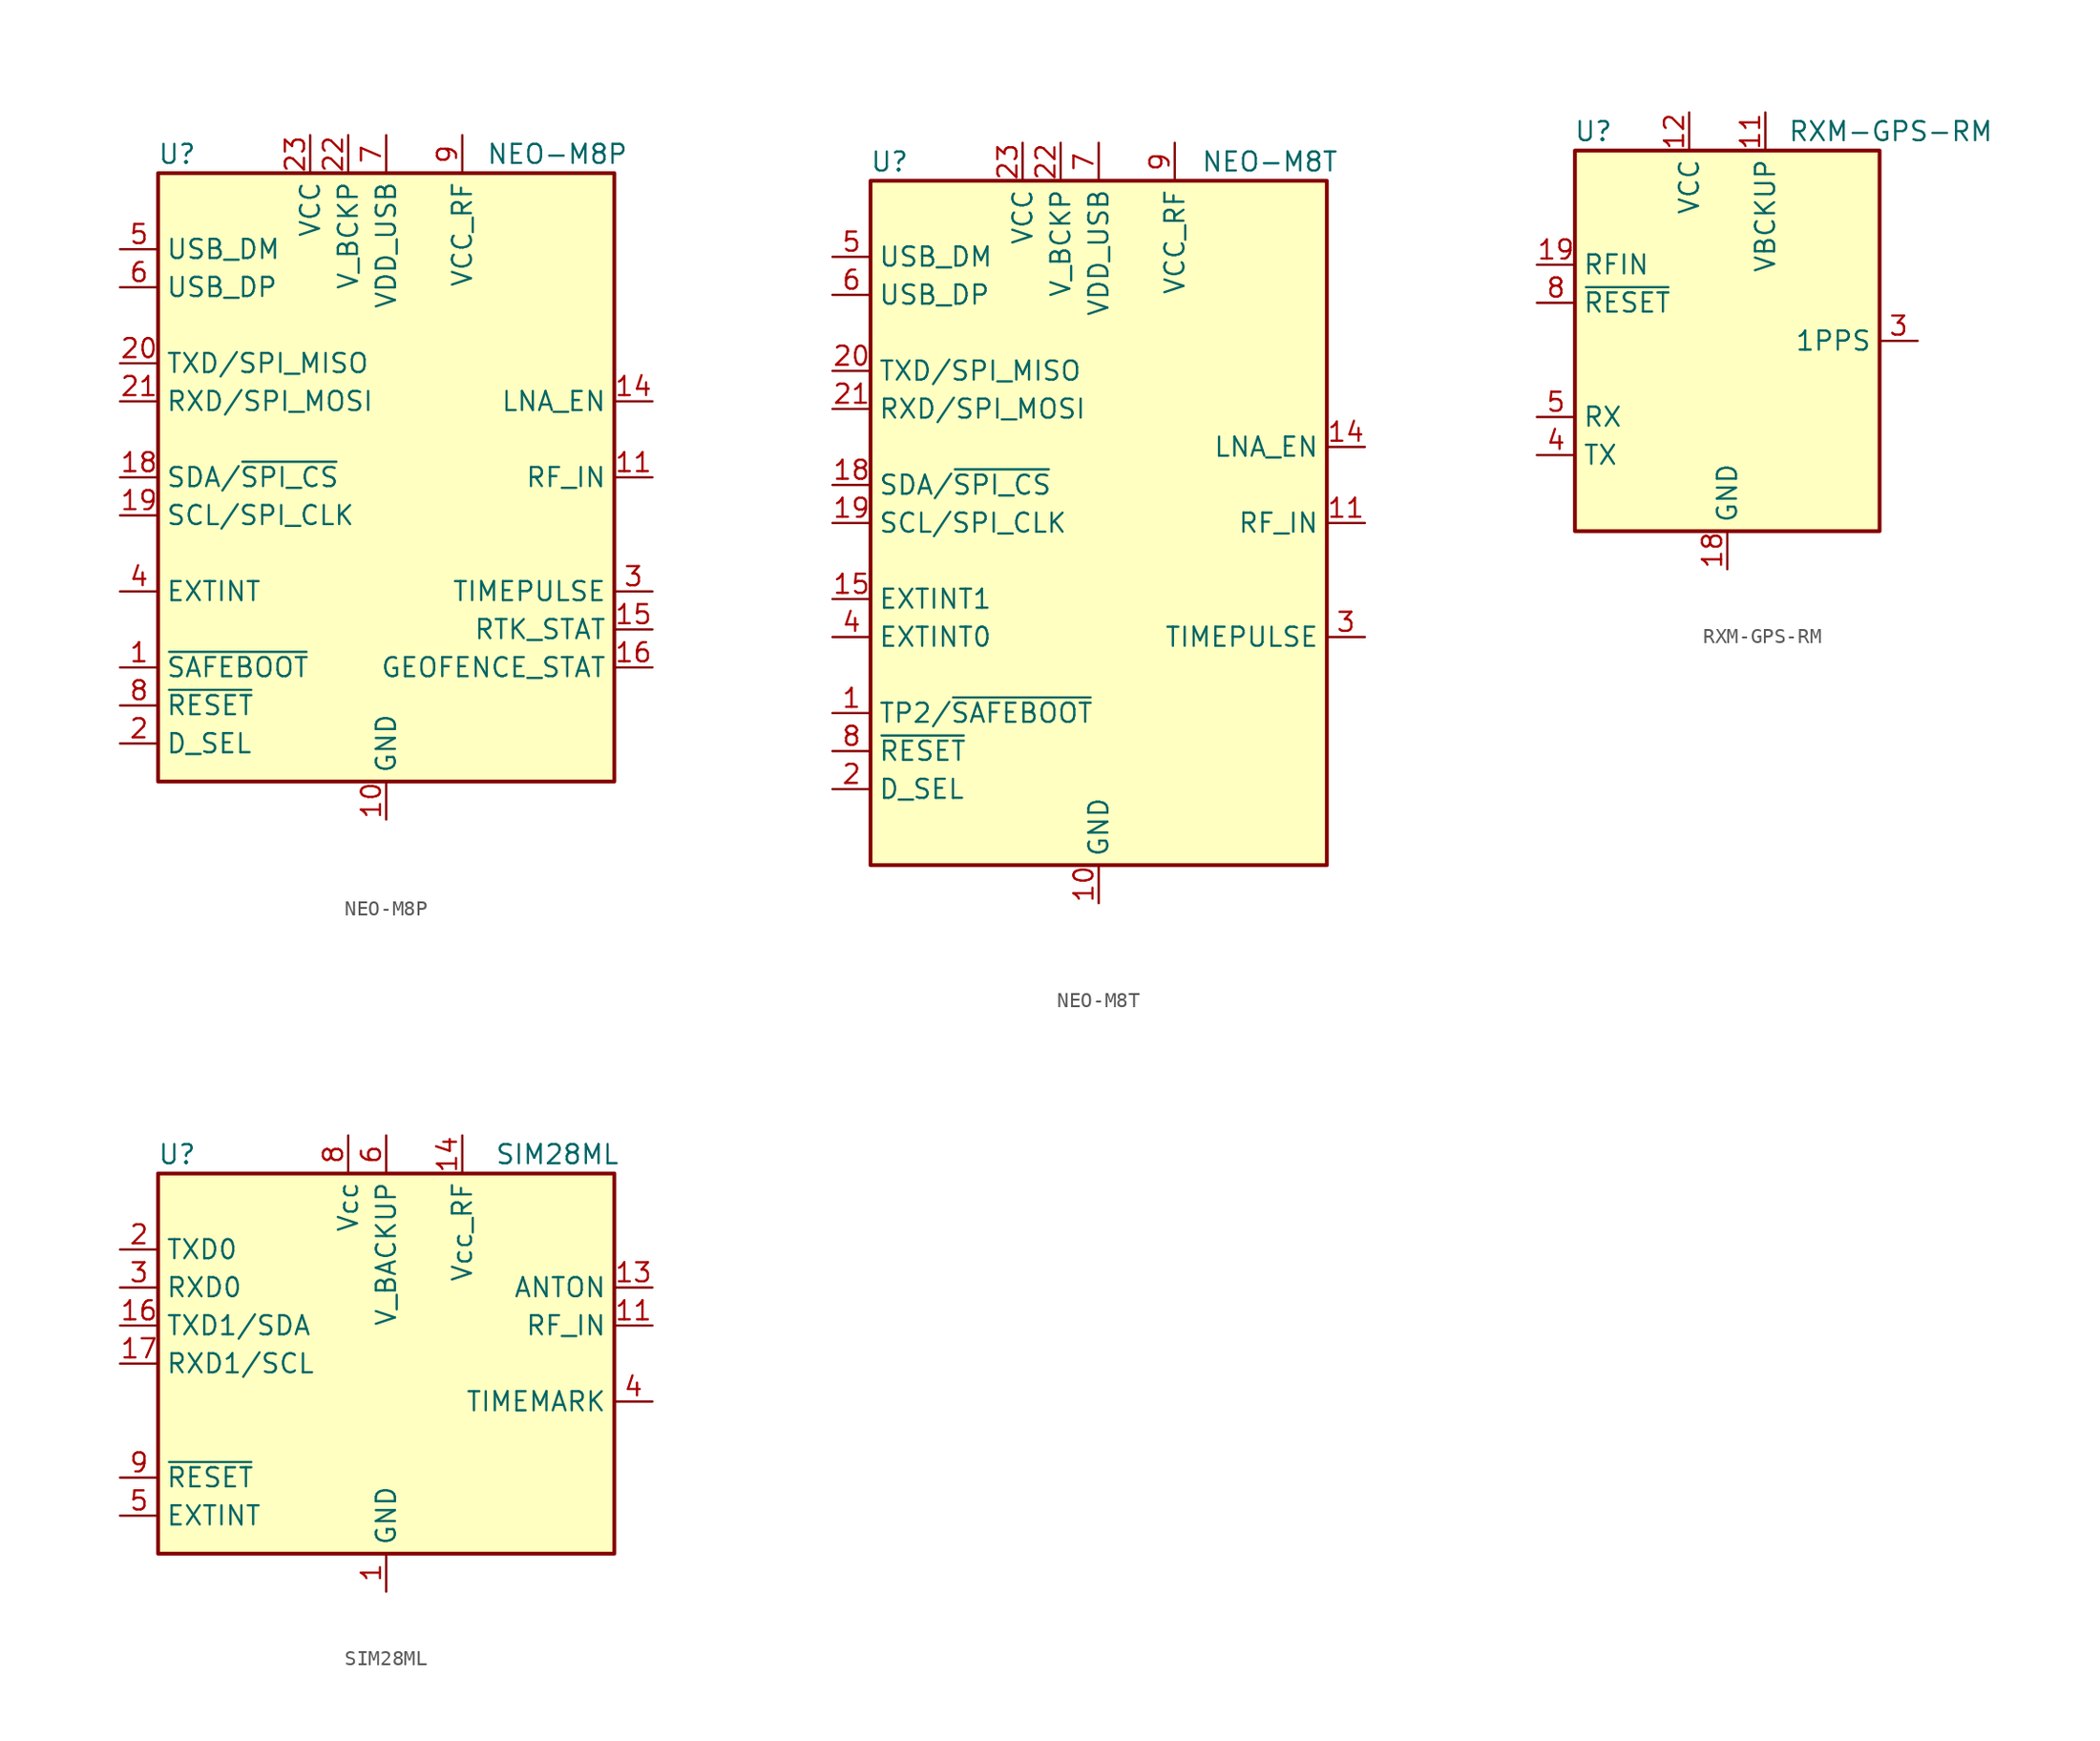
<source format=kicad_sym>
(kicad_symbol_lib
  (version 20241209)
  (generator "kicad_symbol_editor")
  (generator_version "9.0")
  (symbol "NEO-M8P"
    (property "Reference" "U"
      (at -13.97 21.59 0)
      (effects (font (size 1.27 1.27))))
    (property "Value" "NEO-M8P"
      (at 11.43 21.59 0)
      (effects (font (size 1.27 1.27))))
    (symbol "NEO-M8P_0_1"
      (rectangle (start -15.24 20.32) (end 15.24 -20.32) (stroke (width 0.254) (type default)) (fill (type background))))
    (symbol "NEO-M8P_1_1"
      (pin bidirectional line (at -17.78 15.24 0) (length 2.54) (name "USB_DM" (effects (font (size 1.27 1.27)))) (number "5" (effects (font (size 1.27 1.27)))))
      (pin bidirectional line (at -17.78 12.7 0) (length 2.54) (name "USB_DP" (effects (font (size 1.27 1.27)))) (number "6" (effects (font (size 1.27 1.27)))))
      (pin output line (at -17.78 7.62 0) (length 2.54) (name "TXD/SPI_MISO" (effects (font (size 1.27 1.27)))) (number "20" (effects (font (size 1.27 1.27)))))
      (pin input line (at -17.78 5.08 0) (length 2.54) (name "RXD/SPI_MOSI" (effects (font (size 1.27 1.27)))) (number "21" (effects (font (size 1.27 1.27)))))
      (pin bidirectional line (at -17.78 0 0) (length 2.54) (name "SDA/~{SPI_CS}" (effects (font (size 1.27 1.27)))) (number "18" (effects (font (size 1.27 1.27)))))
      (pin input line (at -17.78 -2.54 0) (length 2.54) (name "SCL/SPI_CLK" (effects (font (size 1.27 1.27)))) (number "19" (effects (font (size 1.27 1.27)))))
      (pin input line (at -17.78 -7.62 0) (length 2.54) (name "EXTINT" (effects (font (size 1.27 1.27)))) (number "4" (effects (font (size 1.27 1.27)))))
      (pin input line (at -17.78 -12.7 0) (length 2.54) (name "~{SAFEBOOT}" (effects (font (size 1.27 1.27)))) (number "1" (effects (font (size 1.27 1.27)))))
      (pin input line (at -17.78 -15.24 0) (length 2.54) (name "~{RESET}" (effects (font (size 1.27 1.27)))) (number "8" (effects (font (size 1.27 1.27)))))
      (pin input line (at -17.78 -17.78 0) (length 2.54) (name "D_SEL" (effects (font (size 1.27 1.27)))) (number "2" (effects (font (size 1.27 1.27)))))
      (pin power_in line (at -5.08 22.86 270) (length 2.54) (name "VCC" (effects (font (size 1.27 1.27)))) (number "23" (effects (font (size 1.27 1.27)))))
      (pin power_in line (at -2.54 22.86 270) (length 2.54) (name "V_BCKP" (effects (font (size 1.27 1.27)))) (number "22" (effects (font (size 1.27 1.27)))))
      (pin power_in line (at 0 22.86 270) (length 2.54) (name "VDD_USB" (effects (font (size 1.27 1.27)))) (number "7" (effects (font (size 1.27 1.27)))))
      (pin power_in line (at 0 -22.86 90) (length 2.54) (name "GND" (effects (font (size 1.27 1.27)))) (number "10" (effects (font (size 1.27 1.27)))))
      (pin passive line (at 0 -22.86 90) (length 2.54) (hide yes) (name "GND" (effects (font (size 1.27 1.27)))) (number "12" (effects (font (size 1.27 1.27)))))
      (pin passive line (at 0 -22.86 90) (length 2.54) (hide yes) (name "GND" (effects (font (size 1.27 1.27)))) (number "13" (effects (font (size 1.27 1.27)))))
      (pin passive line (at 0 -22.86 90) (length 2.54) (hide yes) (name "GND" (effects (font (size 1.27 1.27)))) (number "24" (effects (font (size 1.27 1.27)))))
      (pin power_out line (at 5.08 22.86 270) (length 2.54) (name "VCC_RF" (effects (font (size 1.27 1.27)))) (number "9" (effects (font (size 1.27 1.27)))))
      (pin no_connect line (at 15.24 -17.78 180) (length 2.54) (hide yes) (name "RESERVED" (effects (font (size 1.27 1.27)))) (number "17" (effects (font (size 1.27 1.27)))))
      (pin output line (at 17.78 5.08 180) (length 2.54) (name "LNA_EN" (effects (font (size 1.27 1.27)))) (number "14" (effects (font (size 1.27 1.27)))))
      (pin input line (at 17.78 0 180) (length 2.54) (name "RF_IN" (effects (font (size 1.27 1.27)))) (number "11" (effects (font (size 1.27 1.27)))))
      (pin output line (at 17.78 -7.62 180) (length 2.54) (name "TIMEPULSE" (effects (font (size 1.27 1.27)))) (number "3" (effects (font (size 1.27 1.27)))))
      (pin output line (at 17.78 -10.16 180) (length 2.54) (name "RTK_STAT" (effects (font (size 1.27 1.27)))) (number "15" (effects (font (size 1.27 1.27)))))
      (pin output line (at 17.78 -12.7 180) (length 2.54) (name "GEOFENCE_STAT" (effects (font (size 1.27 1.27)))) (number "16" (effects (font (size 1.27 1.27)))))))
  (symbol "NEO-M8T"
    (property "Reference" "U"
      (at -13.97 24.13 0)
      (effects (font (size 1.27 1.27))))
    (property "Value" "NEO-M8T"
      (at 11.43 24.13 0)
      (effects (font (size 1.27 1.27))))
    (symbol "NEO-M8T_0_1"
      (rectangle (start -15.24 22.86) (end 15.24 -22.86) (stroke (width 0.254) (type default)) (fill (type background))))
    (symbol "NEO-M8T_1_1"
      (pin bidirectional line (at -17.78 17.78 0) (length 2.54) (name "USB_DM" (effects (font (size 1.27 1.27)))) (number "5" (effects (font (size 1.27 1.27)))))
      (pin bidirectional line (at -17.78 15.24 0) (length 2.54) (name "USB_DP" (effects (font (size 1.27 1.27)))) (number "6" (effects (font (size 1.27 1.27)))))
      (pin output line (at -17.78 10.16 0) (length 2.54) (name "TXD/SPI_MISO" (effects (font (size 1.27 1.27)))) (number "20" (effects (font (size 1.27 1.27)))))
      (pin input line (at -17.78 7.62 0) (length 2.54) (name "RXD/SPI_MOSI" (effects (font (size 1.27 1.27)))) (number "21" (effects (font (size 1.27 1.27)))))
      (pin bidirectional line (at -17.78 2.54 0) (length 2.54) (name "SDA/~{SPI_CS}" (effects (font (size 1.27 1.27)))) (number "18" (effects (font (size 1.27 1.27)))))
      (pin input line (at -17.78 0 0) (length 2.54) (name "SCL/SPI_CLK" (effects (font (size 1.27 1.27)))) (number "19" (effects (font (size 1.27 1.27)))))
      (pin input line (at -17.78 -5.08 0) (length 2.54) (name "EXTINT1" (effects (font (size 1.27 1.27)))) (number "15" (effects (font (size 1.27 1.27)))))
      (pin input line (at -17.78 -7.62 0) (length 2.54) (name "EXTINT0" (effects (font (size 1.27 1.27)))) (number "4" (effects (font (size 1.27 1.27)))))
      (pin bidirectional line (at -17.78 -12.7 0) (length 2.54) (name "TP2/~{SAFEBOOT}" (effects (font (size 1.27 1.27)))) (number "1" (effects (font (size 1.27 1.27)))))
      (pin input line (at -17.78 -15.24 0) (length 2.54) (name "~{RESET}" (effects (font (size 1.27 1.27)))) (number "8" (effects (font (size 1.27 1.27)))))
      (pin input line (at -17.78 -17.78 0) (length 2.54) (name "D_SEL" (effects (font (size 1.27 1.27)))) (number "2" (effects (font (size 1.27 1.27)))))
      (pin power_in line (at -5.08 25.4 270) (length 2.54) (name "VCC" (effects (font (size 1.27 1.27)))) (number "23" (effects (font (size 1.27 1.27)))))
      (pin power_in line (at -2.54 25.4 270) (length 2.54) (name "V_BCKP" (effects (font (size 1.27 1.27)))) (number "22" (effects (font (size 1.27 1.27)))))
      (pin power_in line (at 0 25.4 270) (length 2.54) (name "VDD_USB" (effects (font (size 1.27 1.27)))) (number "7" (effects (font (size 1.27 1.27)))))
      (pin power_in line (at 0 -25.4 90) (length 2.54) (name "GND" (effects (font (size 1.27 1.27)))) (number "10" (effects (font (size 1.27 1.27)))))
      (pin passive line (at 0 -25.4 90) (length 2.54) (hide yes) (name "GND" (effects (font (size 1.27 1.27)))) (number "12" (effects (font (size 1.27 1.27)))))
      (pin passive line (at 0 -25.4 90) (length 2.54) (hide yes) (name "GND" (effects (font (size 1.27 1.27)))) (number "13" (effects (font (size 1.27 1.27)))))
      (pin passive line (at 0 -25.4 90) (length 2.54) (hide yes) (name "GND" (effects (font (size 1.27 1.27)))) (number "24" (effects (font (size 1.27 1.27)))))
      (pin power_out line (at 5.08 25.4 270) (length 2.54) (name "VCC_RF" (effects (font (size 1.27 1.27)))) (number "9" (effects (font (size 1.27 1.27)))))
      (pin no_connect line (at 15.24 -10.16 180) (length 2.54) (hide yes) (name "RESERVED" (effects (font (size 1.27 1.27)))) (number "16" (effects (font (size 1.27 1.27)))))
      (pin no_connect line (at 15.24 -12.7 180) (length 2.54) (hide yes) (name "RESERVED" (effects (font (size 1.27 1.27)))) (number "17" (effects (font (size 1.27 1.27)))))
      (pin output line (at 17.78 5.08 180) (length 2.54) (name "LNA_EN" (effects (font (size 1.27 1.27)))) (number "14" (effects (font (size 1.27 1.27)))))
      (pin input line (at 17.78 0 180) (length 2.54) (name "RF_IN" (effects (font (size 1.27 1.27)))) (number "11" (effects (font (size 1.27 1.27)))))
      (pin output line (at 17.78 -7.62 180) (length 2.54) (name "TIMEPULSE" (effects (font (size 1.27 1.27)))) (number "3" (effects (font (size 1.27 1.27)))))))
  (symbol "RXM-GPS-RM"
    (property "Reference" "U"
      (at -7.62 13.97 0)
      (effects (font (size 1.27 1.27)) (justify right)))
    (property "Value" "RXM-GPS-RM"
      (at 17.78 13.97 0)
      (effects (font (size 1.27 1.27)) (justify right)))
    (symbol "RXM-GPS-RM_0_1"
      (rectangle (start 10.16 -12.7) (end -10.16 12.7) (stroke (width 0.254) (type default)) (fill (type background))))
    (symbol "RXM-GPS-RM_1_1"
      (pin input line (at -12.7 5.08 0) (length 2.54) (name "RFIN" (effects (font (size 1.27 1.27)))) (number "19" (effects (font (size 1.27 1.27)))))
      (pin input line (at -12.7 2.54 0) (length 2.54) (name "~{RESET}" (effects (font (size 1.27 1.27)))) (number "8" (effects (font (size 1.27 1.27)))))
      (pin input line (at -12.7 -5.08 0) (length 2.54) (name "RX" (effects (font (size 1.27 1.27)))) (number "5" (effects (font (size 1.27 1.27)))))
      (pin output line (at -12.7 -7.62 0) (length 2.54) (name "TX" (effects (font (size 1.27 1.27)))) (number "4" (effects (font (size 1.27 1.27)))))
      (pin no_connect line (at -10.16 10.16 0) (length 2.54) (hide yes) (name "NC" (effects (font (size 1.27 1.27)))) (number "1" (effects (font (size 1.27 1.27)))))
      (pin no_connect line (at -10.16 7.62 0) (length 2.54) (hide yes) (name "NC" (effects (font (size 1.27 1.27)))) (number "2" (effects (font (size 1.27 1.27)))))
      (pin no_connect line (at -10.16 0 0) (length 2.54) (hide yes) (name "NC" (effects (font (size 1.27 1.27)))) (number "6" (effects (font (size 1.27 1.27)))))
      (pin no_connect line (at -10.16 -2.54 0) (length 2.54) (hide yes) (name "NC" (effects (font (size 1.27 1.27)))) (number "7" (effects (font (size 1.27 1.27)))))
      (pin no_connect line (at -10.16 -10.16 0) (length 2.54) (hide yes) (name "NC" (effects (font (size 1.27 1.27)))) (number "9" (effects (font (size 1.27 1.27)))))
      (pin power_in line (at -2.54 15.24 270) (length 2.54) (name "VCC" (effects (font (size 1.27 1.27)))) (number "12" (effects (font (size 1.27 1.27)))))
      (pin power_in line (at 0 -15.24 90) (length 2.54) (name "GND" (effects (font (size 1.27 1.27)))) (number "18" (effects (font (size 1.27 1.27)))))
      (pin passive line (at 0 -15.24 90) (length 2.54) (hide yes) (name "GND" (effects (font (size 1.27 1.27)))) (number "20" (effects (font (size 1.27 1.27)))))
      (pin passive line (at 0 -15.24 90) (length 2.54) (hide yes) (name "GND" (effects (font (size 1.27 1.27)))) (number "21" (effects (font (size 1.27 1.27)))))
      (pin passive line (at 0 -15.24 90) (length 2.54) (hide yes) (name "GND" (effects (font (size 1.27 1.27)))) (number "22" (effects (font (size 1.27 1.27)))))
      (pin power_in line (at 2.54 15.24 270) (length 2.54) (name "VBCKUP" (effects (font (size 1.27 1.27)))) (number "11" (effects (font (size 1.27 1.27)))))
      (pin no_connect line (at 10.16 10.16 180) (length 2.54) (hide yes) (name "NC" (effects (font (size 1.27 1.27)))) (number "10" (effects (font (size 1.27 1.27)))))
      (pin no_connect line (at 10.16 7.62 180) (length 2.54) (hide yes) (name "NC" (effects (font (size 1.27 1.27)))) (number "13" (effects (font (size 1.27 1.27)))))
      (pin no_connect line (at 10.16 5.08 180) (length 2.54) (hide yes) (name "NC" (effects (font (size 1.27 1.27)))) (number "14" (effects (font (size 1.27 1.27)))))
      (pin no_connect line (at 10.16 2.54 180) (length 2.54) (hide yes) (name "NC" (effects (font (size 1.27 1.27)))) (number "15" (effects (font (size 1.27 1.27)))))
      (pin no_connect line (at 10.16 -2.54 180) (length 2.54) (hide yes) (name "NC" (effects (font (size 1.27 1.27)))) (number "16" (effects (font (size 1.27 1.27)))))
      (pin output line (at 12.7 0 180) (length 2.54) (name "1PPS" (effects (font (size 1.27 1.27)))) (number "3" (effects (font (size 1.27 1.27)))))))
  (symbol "SIM28ML"
    (property "Reference" "U"
      (at -13.97 13.97 0)
      (effects (font (size 1.27 1.27))))
    (property "Value" "SIM28ML"
      (at 11.43 13.97 0)
      (effects (font (size 1.27 1.27))))
    (symbol "SIM28ML_0_1"
      (rectangle (start -15.24 12.7) (end 15.24 -12.7) (stroke (width 0.254) (type default)) (fill (type background))))
    (symbol "SIM28ML_1_1"
      (pin output line (at -17.78 7.62 0) (length 2.54) (name "TXD0" (effects (font (size 1.27 1.27)))) (number "2" (effects (font (size 1.27 1.27)))))
      (pin input line (at -17.78 5.08 0) (length 2.54) (name "RXD0" (effects (font (size 1.27 1.27)))) (number "3" (effects (font (size 1.27 1.27)))))
      (pin bidirectional line (at -17.78 2.54 0) (length 2.54) (name "TXD1/SDA" (effects (font (size 1.27 1.27)))) (number "16" (effects (font (size 1.27 1.27)))))
      (pin input line (at -17.78 0 0) (length 2.54) (name "RXD1/SCL" (effects (font (size 1.27 1.27)))) (number "17" (effects (font (size 1.27 1.27)))))
      (pin input line (at -17.78 -7.62 0) (length 2.54) (name "~{RESET}" (effects (font (size 1.27 1.27)))) (number "9" (effects (font (size 1.27 1.27)))))
      (pin input line (at -17.78 -10.16 0) (length 2.54) (name "EXTINT" (effects (font (size 1.27 1.27)))) (number "5" (effects (font (size 1.27 1.27)))))
      (pin power_in line (at -2.54 15.24 270) (length 2.54) (name "Vcc" (effects (font (size 1.27 1.27)))) (number "8" (effects (font (size 1.27 1.27)))))
      (pin power_in line (at 0 15.24 270) (length 2.54) (name "V_BACKUP" (effects (font (size 1.27 1.27)))) (number "6" (effects (font (size 1.27 1.27)))))
      (pin power_in line (at 0 -15.24 90) (length 2.54) (name "GND" (effects (font (size 1.27 1.27)))) (number "1" (effects (font (size 1.27 1.27)))))
      (pin passive line (at 0 -15.24 90) (length 2.54) (hide yes) (name "GND" (effects (font (size 1.27 1.27)))) (number "10" (effects (font (size 1.27 1.27)))))
      (pin passive line (at 0 -15.24 90) (length 2.54) (hide yes) (name "GND" (effects (font (size 1.27 1.27)))) (number "12" (effects (font (size 1.27 1.27)))))
      (pin power_out line (at 5.08 15.24 270) (length 2.54) (name "Vcc_RF" (effects (font (size 1.27 1.27)))) (number "14" (effects (font (size 1.27 1.27)))))
      (pin no_connect line (at 15.24 -5.08 180) (length 2.54) (hide yes) (name "NC" (effects (font (size 1.27 1.27)))) (number "7" (effects (font (size 1.27 1.27)))))
      (pin no_connect line (at 15.24 -7.62 180) (length 2.54) (hide yes) (name "NC" (effects (font (size 1.27 1.27)))) (number "15" (effects (font (size 1.27 1.27)))))
      (pin no_connect line (at 15.24 -10.16 180) (length 2.54) (hide yes) (name "NC" (effects (font (size 1.27 1.27)))) (number "18" (effects (font (size 1.27 1.27)))))
      (pin power_out line (at 17.78 5.08 180) (length 2.54) (name "ANTON" (effects (font (size 1.27 1.27)))) (number "13" (effects (font (size 1.27 1.27)))))
      (pin input line (at 17.78 2.54 180) (length 2.54) (name "RF_IN" (effects (font (size 1.27 1.27)))) (number "11" (effects (font (size 1.27 1.27)))))
      (pin output line (at 17.78 -2.54 180) (length 2.54) (name "TIMEMARK" (effects (font (size 1.27 1.27)))) (number "4" (effects (font (size 1.27 1.27))))))))
</source>
